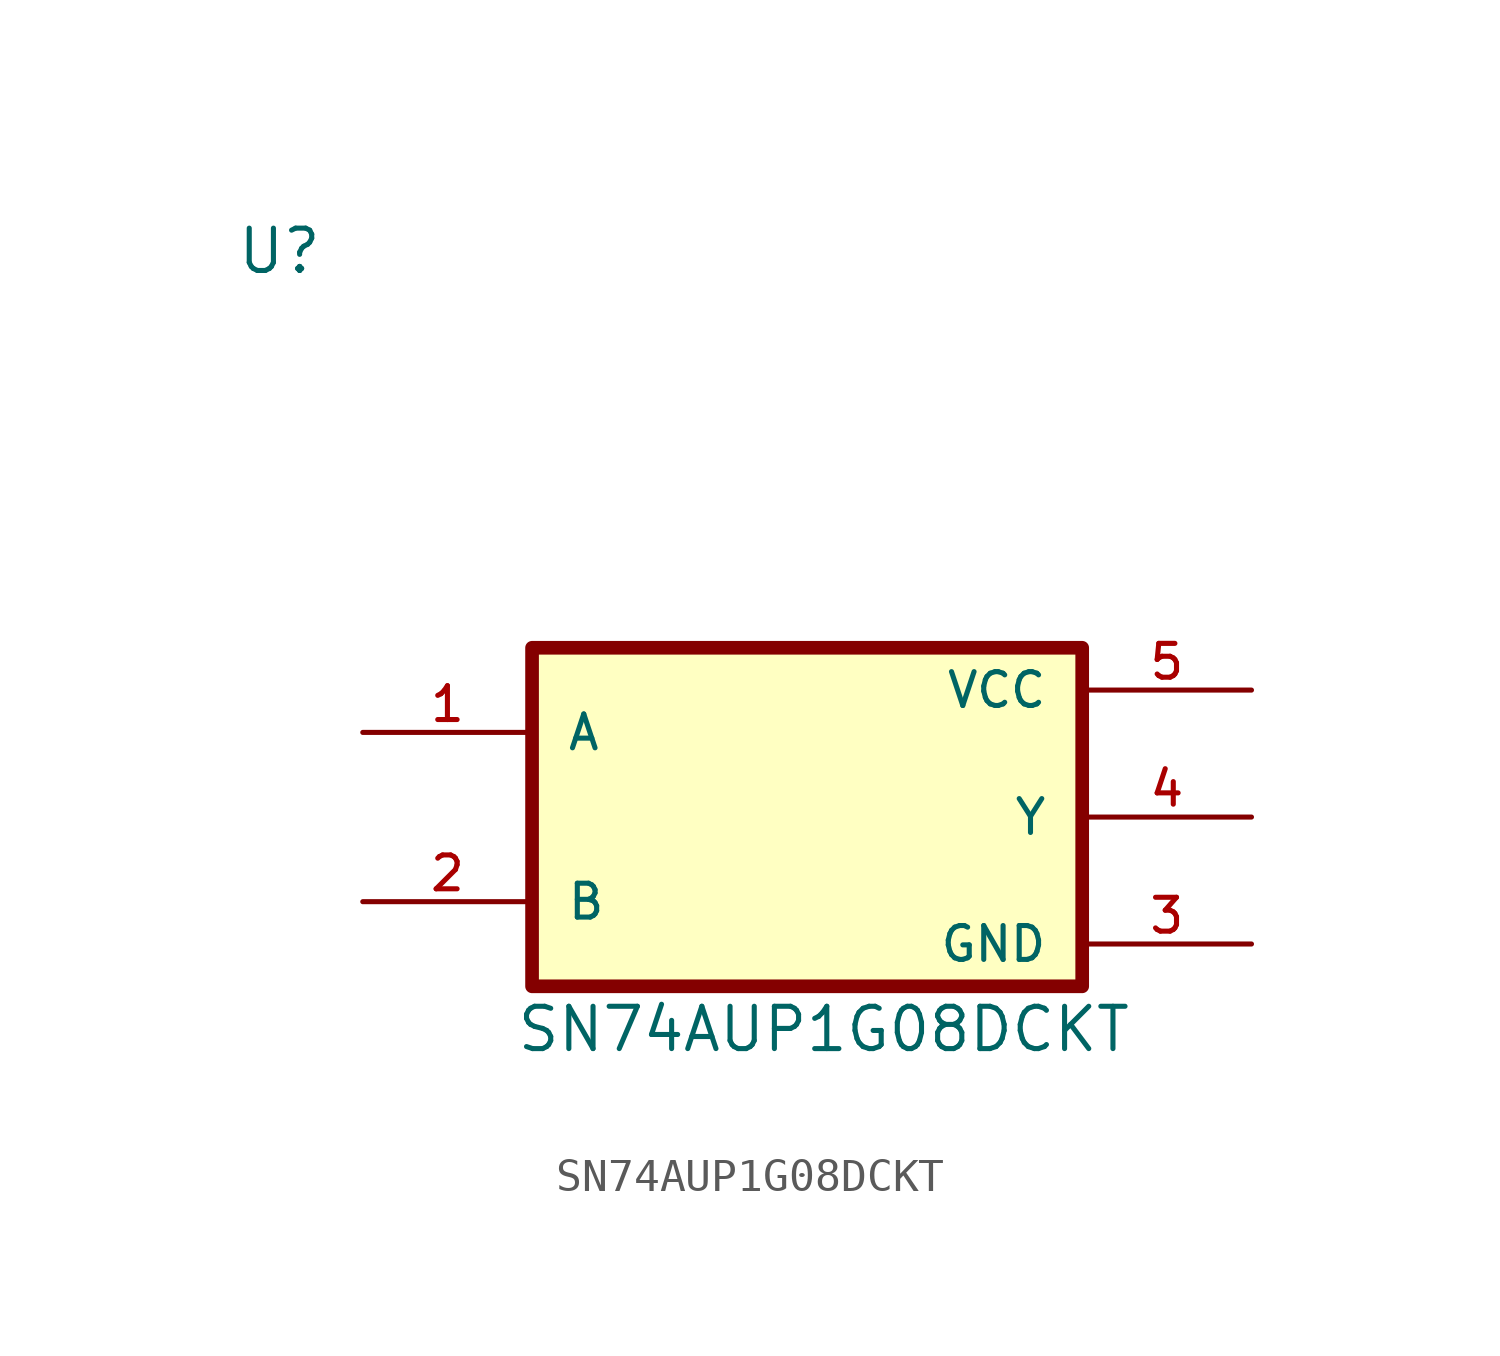
<source format=kicad_sym>
(kicad_symbol_lib
  (version 20241209)
  (generator "kicad_symbol_editor")
  (generator_version "9.0")
  (symbol "SN74AUP1G08DCKT"
    (pin_names
      (offset 1.016))
    (property "Reference" "U"
      (at -12.7 11.16 0)
      (effects (font (size 1.27 1.27)) (justify left bottom)))
    (property "Value" "SN74AUP1G08DCKT"
      (at -4.318 -12.192 0)
      (effects (font (size 1.27 1.27)) (justify left bottom)))
    (symbol "SN74AUP1G08DCKT_0_0"
      (rectangle (start -3.81 0) (end 12.7 -10.16) (stroke (width 0.41) (type default)) (fill (type background)))
      (pin input line (at -8.89 -2.54 0) (length 5.08) (name "A" (effects (font (size 1.016 1.016)))) (number "1" (effects (font (size 1.016 1.016)))))
      (pin input line (at -8.89 -7.62 0) (length 5.08) (name "B" (effects (font (size 1.016 1.016)))) (number "2" (effects (font (size 1.016 1.016)))))
      (pin power_in line (at 17.78 -1.27 180) (length 5.08) (name "VCC" (effects (font (size 1.016 1.016)))) (number "5" (effects (font (size 1.016 1.016)))))
      (pin output line (at 17.78 -5.08 180) (length 5.08) (name "Y" (effects (font (size 1.016 1.016)))) (number "4" (effects (font (size 1.016 1.016)))))
      (pin power_in line (at 17.78 -8.89 180) (length 5.08) (name "GND" (effects (font (size 1.016 1.016)))) (number "3" (effects (font (size 1.016 1.016))))))))
</source>
